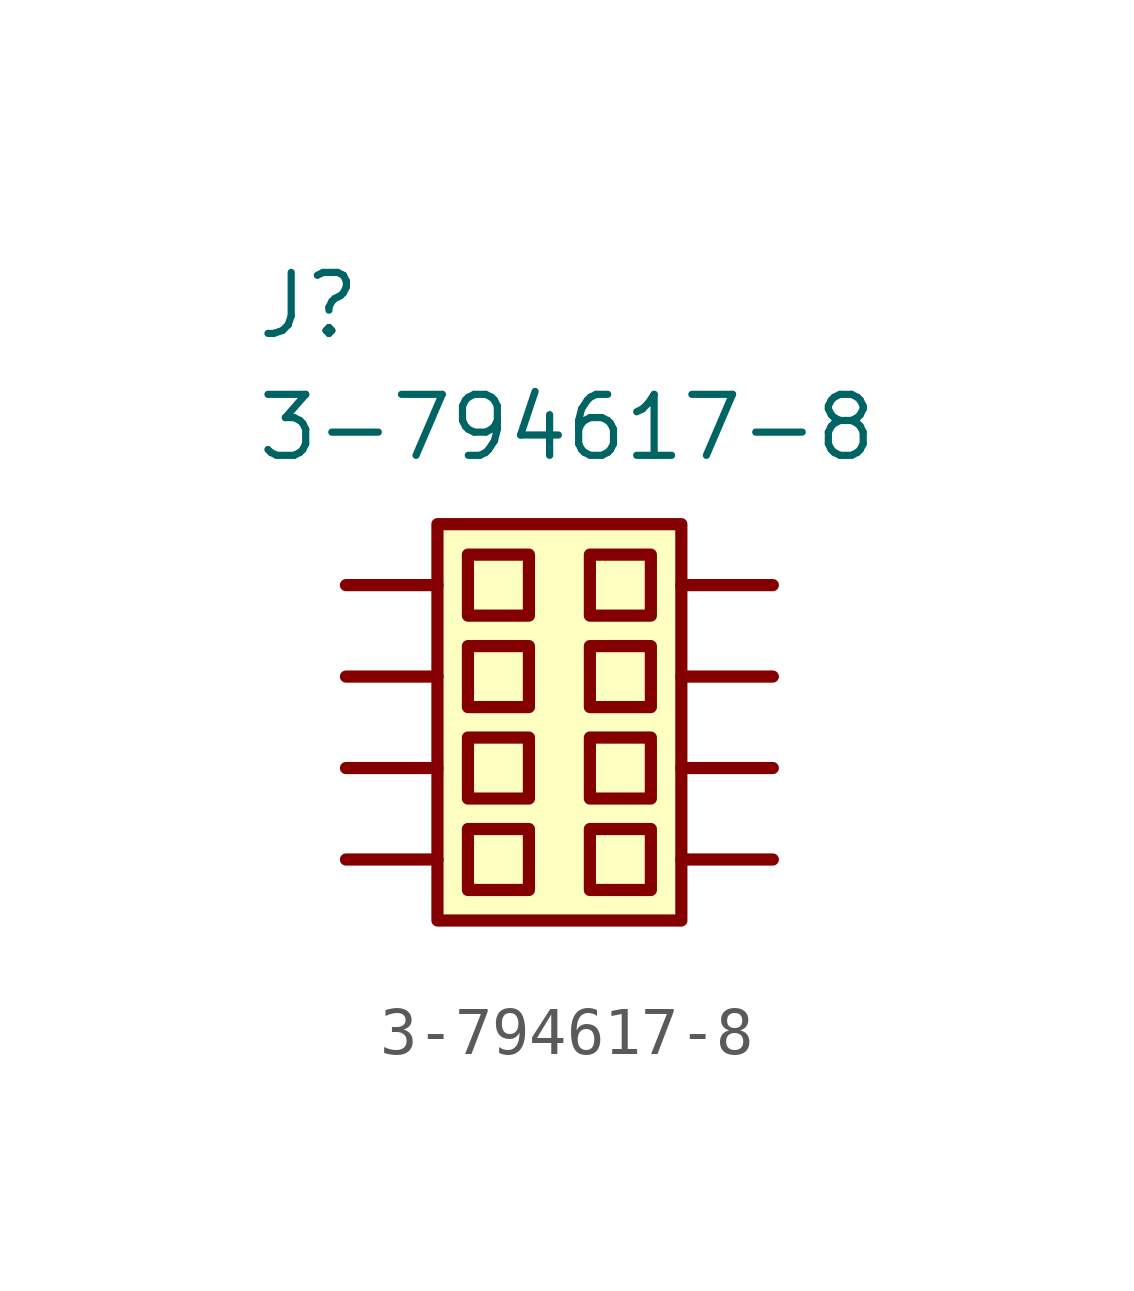
<source format=kicad_sym>
(kicad_symbol_lib
  (version 20211014)
  (generator kicad_symbol_editor)
  (symbol "3-794617-8"
    (property "Reference" "J"
      (at -1.27 5.08 0)
      (effects (font (size 1.27 1.27) (thickness 0.15)) (justify left bottom)))
    (property "Value" "3-794617-8"
      (at -1.27 2.54 0)
      (effects (font (size 1.27 1.27) (thickness 0.15)) (justify left bottom)))
    (symbol "3-794617-8_1_1"
      (polyline (pts (xy 2.54 -5.715) (xy 0.635 -5.715)) (stroke (width 0.254) (type default) (color 0 0 0 0)) (fill (type background)))
      (polyline (pts (xy 2.54 -3.81) (xy 0.635 -3.81)) (stroke (width 0.254) (type default) (color 0 0 0 0)) (fill (type background)))
      (polyline (pts (xy 2.54 -1.905) (xy 0.635 -1.905)) (stroke (width 0.254) (type default) (color 0 0 0 0)) (fill (type background)))
      (polyline (pts (xy 2.54 0) (xy 0.635 0)) (stroke (width 0.254) (type default) (color 0 0 0 0)) (fill (type background)))
      (polyline (pts (xy 7.62 -5.715) (xy 9.525 -5.715)) (stroke (width 0.254) (type default) (color 0 0 0 0)) (fill (type background)))
      (polyline (pts (xy 7.62 -3.81) (xy 9.525 -3.81)) (stroke (width 0.254) (type default) (color 0 0 0 0)) (fill (type background)))
      (polyline (pts (xy 7.62 -1.905) (xy 9.525 -1.905)) (stroke (width 0.254) (type default) (color 0 0 0 0)) (fill (type background)))
      (polyline (pts (xy 7.62 0) (xy 9.525 0)) (stroke (width 0.254) (type default) (color 0 0 0 0)) (fill (type background)))
      (rectangle (start 2.54 1.27) (end 7.62 -6.985) (stroke (width 0.254) (type default) (color 0 0 0 0)) (fill (type background)))
      (rectangle (start 3.175 -5.08) (end 4.445 -6.35) (stroke (width 0.254) (type default) (color 0 0 0 0)) (fill (type background)))
      (rectangle (start 3.175 -3.175) (end 4.445 -4.445) (stroke (width 0.254) (type default) (color 0 0 0 0)) (fill (type background)))
      (rectangle (start 3.175 -1.27) (end 4.445 -2.54) (stroke (width 0.254) (type default) (color 0 0 0 0)) (fill (type background)))
      (rectangle (start 3.175 0.635) (end 4.445 -0.635) (stroke (width 0.254) (type default) (color 0 0 0 0)) (fill (type background)))
      (rectangle (start 5.715 -5.08) (end 6.985 -6.35) (stroke (width 0.254) (type default) (color 0 0 0 0)) (fill (type background)))
      (rectangle (start 5.715 -3.175) (end 6.985 -4.445) (stroke (width 0.254) (type default) (color 0 0 0 0)) (fill (type background)))
      (rectangle (start 5.715 -1.27) (end 6.985 -2.54) (stroke (width 0.254) (type default) (color 0 0 0 0)) (fill (type background)))
      (rectangle (start 5.715 0.635) (end 6.985 -0.635) (stroke (width 0.254) (type default) (color 0 0 0 0)) (fill (type background))))))
</source>
